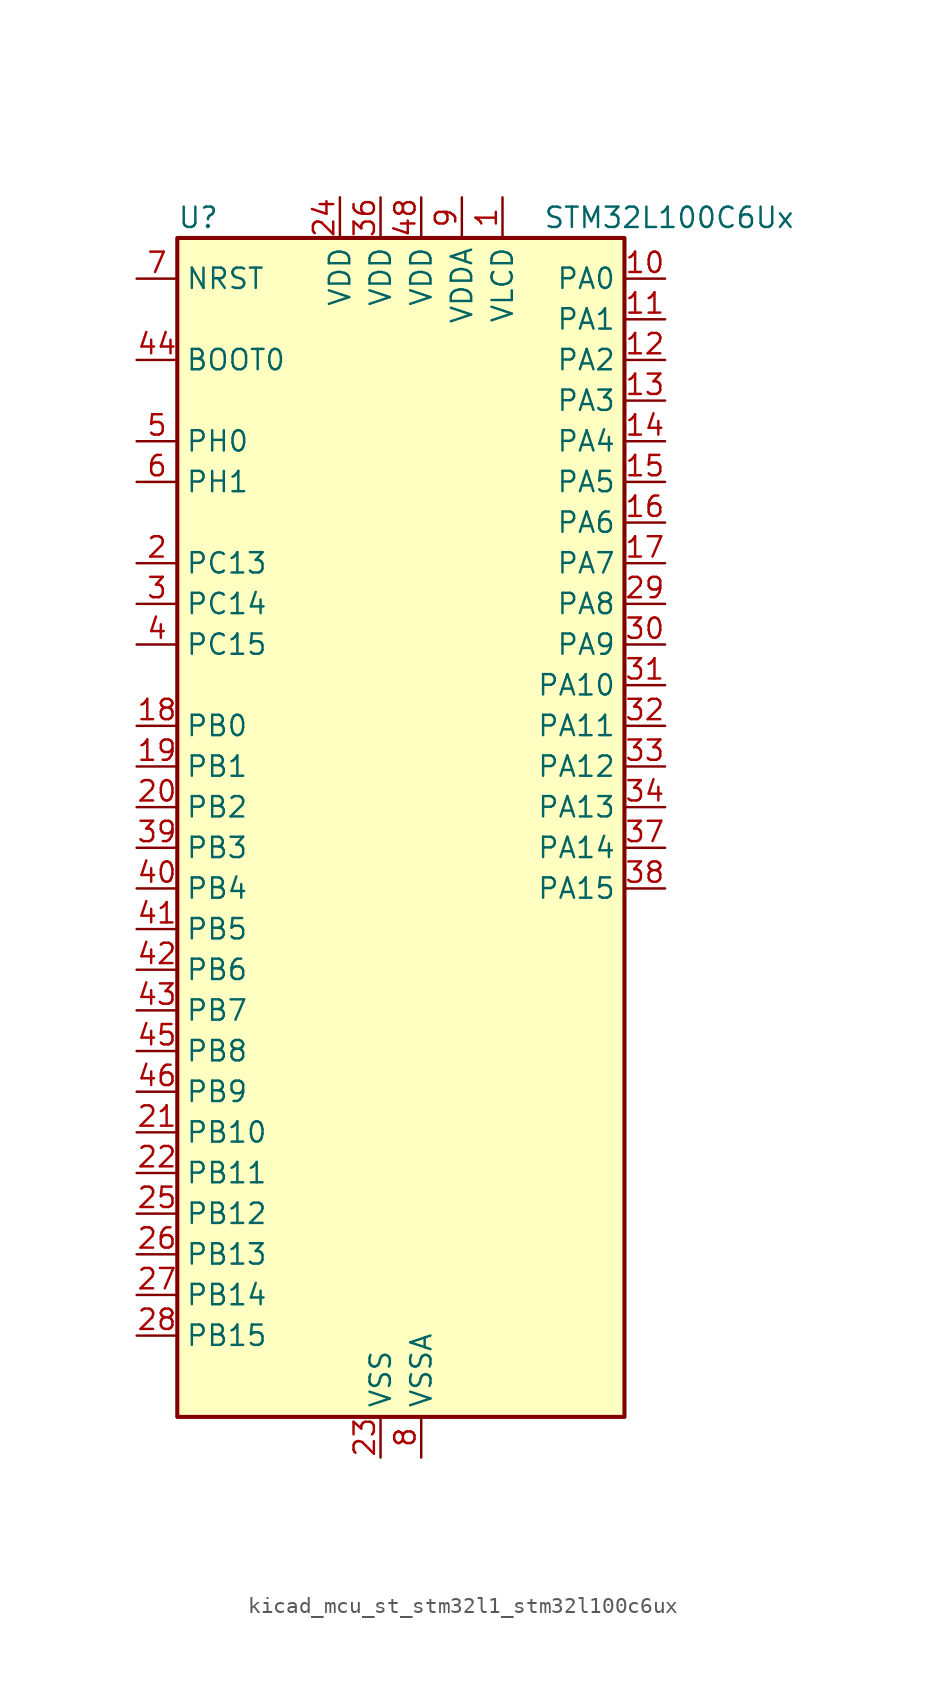
<source format=kicad_sym>
(kicad_symbol_lib
  (version 20220914)
  (generator kicad_symbol_editor)
  (symbol "kicad_mcu_st_stm32l1_stm32l100c6ux"
    (property "Reference" "U"
      (at -12.7 39.37 0)
      (effects (font (size 1.27 1.27)) (justify left)))
    (property "Value" "STM32L100C6Ux"
      (at 10.16 39.37 0)
      (effects (font (size 1.27 1.27)) (justify left)))
    (property "ki_locked" ""
      (at 0 0 0)
      (effects (font (size 1.27 1.27))))
    (symbol "kicad_mcu_st_stm32l1_stm32l100c6ux_0_1"
      (rectangle (start -12.7 -35.56) (end 15.24 38.1) (stroke (width 0.254) (type default)) (fill (type background))))
    (symbol "kicad_mcu_st_stm32l1_stm32l100c6ux_1_1"
      (pin power_in line (at 7.62 40.64 270) (length 2.54) (name "VLCD" (effects (font (size 1.27 1.27)))) (number "1" (effects (font (size 1.27 1.27)))))
      (pin bidirectional line (at 17.78 35.56 180) (length 2.54) (name "PA0" (effects (font (size 1.27 1.27)))) (number "10" (effects (font (size 1.27 1.27)))) (alternate "ADC_IN0" bidirectional line) (alternate "COMP1_INP" bidirectional line) (alternate "SYS_WKUP1" bidirectional line) (alternate "TIM2_CH1" bidirectional line) (alternate "TIM2_ETR" bidirectional line) (alternate "TIMX_IC1" bidirectional line) (alternate "USART2_CTS" bidirectional line))
      (pin bidirectional line (at 17.78 33.02 180) (length 2.54) (name "PA1" (effects (font (size 1.27 1.27)))) (number "11" (effects (font (size 1.27 1.27)))) (alternate "ADC_IN1" bidirectional line) (alternate "COMP1_INP" bidirectional line) (alternate "LCD_SEG0" bidirectional line) (alternate "TIM2_CH2" bidirectional line) (alternate "TIMX_IC2" bidirectional line) (alternate "USART2_RTS" bidirectional line))
      (pin bidirectional line (at 17.78 30.48 180) (length 2.54) (name "PA2" (effects (font (size 1.27 1.27)))) (number "12" (effects (font (size 1.27 1.27)))) (alternate "ADC_IN2" bidirectional line) (alternate "COMP1_INP" bidirectional line) (alternate "LCD_SEG1" bidirectional line) (alternate "TIM2_CH3" bidirectional line) (alternate "TIM9_CH1" bidirectional line) (alternate "TIMX_IC3" bidirectional line) (alternate "USART2_TX" bidirectional line))
      (pin bidirectional line (at 17.78 27.94 180) (length 2.54) (name "PA3" (effects (font (size 1.27 1.27)))) (number "13" (effects (font (size 1.27 1.27)))) (alternate "ADC_IN3" bidirectional line) (alternate "COMP1_INP" bidirectional line) (alternate "LCD_SEG2" bidirectional line) (alternate "TIM2_CH4" bidirectional line) (alternate "TIM9_CH2" bidirectional line) (alternate "TIMX_IC4" bidirectional line) (alternate "USART2_RX" bidirectional line))
      (pin bidirectional line (at 17.78 25.4 180) (length 2.54) (name "PA4" (effects (font (size 1.27 1.27)))) (number "14" (effects (font (size 1.27 1.27)))) (alternate "ADC_IN4" bidirectional line) (alternate "COMP1_INP" bidirectional line) (alternate "DAC_OUT1" bidirectional line) (alternate "SPI1_NSS" bidirectional line) (alternate "TIMX_IC1" bidirectional line) (alternate "USART2_CK" bidirectional line))
      (pin bidirectional line (at 17.78 22.86 180) (length 2.54) (name "PA5" (effects (font (size 1.27 1.27)))) (number "15" (effects (font (size 1.27 1.27)))) (alternate "ADC_IN5" bidirectional line) (alternate "COMP1_INP" bidirectional line) (alternate "DAC_OUT2" bidirectional line) (alternate "SPI1_SCK" bidirectional line) (alternate "TIM2_CH1" bidirectional line) (alternate "TIM2_ETR" bidirectional line) (alternate "TIMX_IC2" bidirectional line))
      (pin bidirectional line (at 17.78 20.32 180) (length 2.54) (name "PA6" (effects (font (size 1.27 1.27)))) (number "16" (effects (font (size 1.27 1.27)))) (alternate "ADC_IN6" bidirectional line) (alternate "COMP1_INP" bidirectional line) (alternate "LCD_SEG3" bidirectional line) (alternate "SPI1_MISO" bidirectional line) (alternate "TIM10_CH1" bidirectional line) (alternate "TIM3_CH1" bidirectional line) (alternate "TIMX_IC3" bidirectional line))
      (pin bidirectional line (at 17.78 17.78 180) (length 2.54) (name "PA7" (effects (font (size 1.27 1.27)))) (number "17" (effects (font (size 1.27 1.27)))) (alternate "ADC_IN7" bidirectional line) (alternate "COMP1_INP" bidirectional line) (alternate "LCD_SEG4" bidirectional line) (alternate "SPI1_MOSI" bidirectional line) (alternate "TIM11_CH1" bidirectional line) (alternate "TIM3_CH2" bidirectional line) (alternate "TIMX_IC4" bidirectional line))
      (pin bidirectional line (at -15.24 7.62 0) (length 2.54) (name "PB0" (effects (font (size 1.27 1.27)))) (number "18" (effects (font (size 1.27 1.27)))) (alternate "ADC_IN8" bidirectional line) (alternate "COMP1_INP" bidirectional line) (alternate "LCD_SEG5" bidirectional line) (alternate "SYS_V_REF_OUT" bidirectional line) (alternate "TIM3_CH3" bidirectional line))
      (pin bidirectional line (at -15.24 5.08 0) (length 2.54) (name "PB1" (effects (font (size 1.27 1.27)))) (number "19" (effects (font (size 1.27 1.27)))) (alternate "ADC_IN9" bidirectional line) (alternate "COMP1_INP" bidirectional line) (alternate "LCD_SEG6" bidirectional line) (alternate "SYS_V_REF_OUT" bidirectional line) (alternate "TIM3_CH4" bidirectional line))
      (pin bidirectional line (at -15.24 17.78 0) (length 2.54) (name "PC13" (effects (font (size 1.27 1.27)))) (number "2" (effects (font (size 1.27 1.27)))) (alternate "RTC_OUT_ALARM" bidirectional line) (alternate "RTC_OUT_CALIB" bidirectional line) (alternate "RTC_TAMP1" bidirectional line) (alternate "RTC_TS" bidirectional line) (alternate "SYS_WKUP2" bidirectional line) (alternate "TIMX_IC2" bidirectional line))
      (pin bidirectional line (at -15.24 2.54 0) (length 2.54) (name "PB2" (effects (font (size 1.27 1.27)))) (number "20" (effects (font (size 1.27 1.27)))))
      (pin bidirectional line (at -15.24 -17.78 0) (length 2.54) (name "PB10" (effects (font (size 1.27 1.27)))) (number "21" (effects (font (size 1.27 1.27)))) (alternate "I2C2_SCL" bidirectional line) (alternate "LCD_SEG10" bidirectional line) (alternate "TIM2_CH3" bidirectional line) (alternate "USART3_TX" bidirectional line))
      (pin bidirectional line (at -15.24 -20.32 0) (length 2.54) (name "PB11" (effects (font (size 1.27 1.27)))) (number "22" (effects (font (size 1.27 1.27)))) (alternate "ADC_EXTI11" bidirectional line) (alternate "I2C2_SDA" bidirectional line) (alternate "LCD_SEG11" bidirectional line) (alternate "TIM2_CH4" bidirectional line) (alternate "USART3_RX" bidirectional line))
      (pin power_in line (at 0 -38.1 90) (length 2.54) (name "VSS" (effects (font (size 1.27 1.27)))) (number "23" (effects (font (size 1.27 1.27)))))
      (pin power_in line (at -2.54 40.64 270) (length 2.54) (name "VDD" (effects (font (size 1.27 1.27)))) (number "24" (effects (font (size 1.27 1.27)))))
      (pin bidirectional line (at -15.24 -22.86 0) (length 2.54) (name "PB12" (effects (font (size 1.27 1.27)))) (number "25" (effects (font (size 1.27 1.27)))) (alternate "ADC_IN18" bidirectional line) (alternate "COMP1_INP" bidirectional line) (alternate "I2C2_SMBA" bidirectional line) (alternate "LCD_SEG12" bidirectional line) (alternate "SPI2_NSS" bidirectional line) (alternate "TIM10_CH1" bidirectional line) (alternate "USART3_CK" bidirectional line))
      (pin bidirectional line (at -15.24 -25.4 0) (length 2.54) (name "PB13" (effects (font (size 1.27 1.27)))) (number "26" (effects (font (size 1.27 1.27)))) (alternate "ADC_IN19" bidirectional line) (alternate "COMP1_INP" bidirectional line) (alternate "LCD_SEG13" bidirectional line) (alternate "SPI2_SCK" bidirectional line) (alternate "TIM9_CH1" bidirectional line) (alternate "USART3_CTS" bidirectional line))
      (pin bidirectional line (at -15.24 -27.94 0) (length 2.54) (name "PB14" (effects (font (size 1.27 1.27)))) (number "27" (effects (font (size 1.27 1.27)))) (alternate "ADC_IN20" bidirectional line) (alternate "COMP1_INP" bidirectional line) (alternate "LCD_SEG14" bidirectional line) (alternate "SPI2_MISO" bidirectional line) (alternate "TIM9_CH2" bidirectional line) (alternate "USART3_RTS" bidirectional line))
      (pin bidirectional line (at -15.24 -30.48 0) (length 2.54) (name "PB15" (effects (font (size 1.27 1.27)))) (number "28" (effects (font (size 1.27 1.27)))) (alternate "ADC_EXTI15" bidirectional line) (alternate "ADC_IN21" bidirectional line) (alternate "COMP1_INP" bidirectional line) (alternate "LCD_SEG15" bidirectional line) (alternate "RTC_REFIN" bidirectional line) (alternate "SPI2_MOSI" bidirectional line) (alternate "TIM11_CH1" bidirectional line))
      (pin bidirectional line (at 17.78 15.24 180) (length 2.54) (name "PA8" (effects (font (size 1.27 1.27)))) (number "29" (effects (font (size 1.27 1.27)))) (alternate "LCD_COM0" bidirectional line) (alternate "RCC_MCO" bidirectional line) (alternate "TIMX_IC1" bidirectional line) (alternate "USART1_CK" bidirectional line))
      (pin bidirectional line (at -15.24 15.24 0) (length 2.54) (name "PC14" (effects (font (size 1.27 1.27)))) (number "3" (effects (font (size 1.27 1.27)))) (alternate "RCC_OSC32_IN" bidirectional line) (alternate "TIMX_IC3" bidirectional line))
      (pin bidirectional line (at 17.78 12.7 180) (length 2.54) (name "PA9" (effects (font (size 1.27 1.27)))) (number "30" (effects (font (size 1.27 1.27)))) (alternate "DAC_EXTI9" bidirectional line) (alternate "LCD_COM1" bidirectional line) (alternate "TIMX_IC2" bidirectional line) (alternate "USART1_TX" bidirectional line))
      (pin bidirectional line (at 17.78 10.16 180) (length 2.54) (name "PA10" (effects (font (size 1.27 1.27)))) (number "31" (effects (font (size 1.27 1.27)))) (alternate "LCD_COM2" bidirectional line) (alternate "TIMX_IC3" bidirectional line) (alternate "USART1_RX" bidirectional line))
      (pin bidirectional line (at 17.78 7.62 180) (length 2.54) (name "PA11" (effects (font (size 1.27 1.27)))) (number "32" (effects (font (size 1.27 1.27)))) (alternate "ADC_EXTI11" bidirectional line) (alternate "SPI1_MISO" bidirectional line) (alternate "TIMX_IC4" bidirectional line) (alternate "USART1_CTS" bidirectional line) (alternate "USB_DM" bidirectional line))
      (pin bidirectional line (at 17.78 5.08 180) (length 2.54) (name "PA12" (effects (font (size 1.27 1.27)))) (number "33" (effects (font (size 1.27 1.27)))) (alternate "SPI1_MOSI" bidirectional line) (alternate "TIMX_IC1" bidirectional line) (alternate "USART1_RTS" bidirectional line) (alternate "USB_DP" bidirectional line))
      (pin bidirectional line (at 17.78 2.54 180) (length 2.54) (name "PA13" (effects (font (size 1.27 1.27)))) (number "34" (effects (font (size 1.27 1.27)))) (alternate "SYS_JTMS-SWDIO" bidirectional line) (alternate "TIMX_IC2" bidirectional line))
      (pin passive line (at 0 -38.1 90) (length 2.54) hide (name "VSS" (effects (font (size 1.27 1.27)))) (number "35" (effects (font (size 1.27 1.27)))))
      (pin power_in line (at 0 40.64 270) (length 2.54) (name "VDD" (effects (font (size 1.27 1.27)))) (number "36" (effects (font (size 1.27 1.27)))))
      (pin bidirectional line (at 17.78 0 180) (length 2.54) (name "PA14" (effects (font (size 1.27 1.27)))) (number "37" (effects (font (size 1.27 1.27)))) (alternate "SYS_JTCK-SWCLK" bidirectional line) (alternate "TIMX_IC3" bidirectional line))
      (pin bidirectional line (at 17.78 -2.54 180) (length 2.54) (name "PA15" (effects (font (size 1.27 1.27)))) (number "38" (effects (font (size 1.27 1.27)))) (alternate "ADC_EXTI15" bidirectional line) (alternate "LCD_SEG17" bidirectional line) (alternate "SPI1_NSS" bidirectional line) (alternate "SYS_JTDI" bidirectional line) (alternate "TIM2_CH1" bidirectional line) (alternate "TIM2_ETR" bidirectional line) (alternate "TIMX_IC4" bidirectional line))
      (pin bidirectional line (at -15.24 0 0) (length 2.54) (name "PB3" (effects (font (size 1.27 1.27)))) (number "39" (effects (font (size 1.27 1.27)))) (alternate "COMP2_INM" bidirectional line) (alternate "LCD_SEG7" bidirectional line) (alternate "SPI1_SCK" bidirectional line) (alternate "SYS_JTDO-TRACESWO" bidirectional line) (alternate "TIM2_CH2" bidirectional line))
      (pin bidirectional line (at -15.24 12.7 0) (length 2.54) (name "PC15" (effects (font (size 1.27 1.27)))) (number "4" (effects (font (size 1.27 1.27)))) (alternate "ADC_EXTI15" bidirectional line) (alternate "RCC_OSC32_OUT" bidirectional line) (alternate "TIMX_IC4" bidirectional line))
      (pin bidirectional line (at -15.24 -2.54 0) (length 2.54) (name "PB4" (effects (font (size 1.27 1.27)))) (number "40" (effects (font (size 1.27 1.27)))) (alternate "COMP2_INP" bidirectional line) (alternate "LCD_SEG8" bidirectional line) (alternate "SPI1_MISO" bidirectional line) (alternate "SYS_JTRST" bidirectional line) (alternate "TIM3_CH1" bidirectional line))
      (pin bidirectional line (at -15.24 -5.08 0) (length 2.54) (name "PB5" (effects (font (size 1.27 1.27)))) (number "41" (effects (font (size 1.27 1.27)))) (alternate "COMP2_INP" bidirectional line) (alternate "I2C1_SMBA" bidirectional line) (alternate "LCD_SEG9" bidirectional line) (alternate "SPI1_MOSI" bidirectional line) (alternate "TIM3_CH2" bidirectional line))
      (pin bidirectional line (at -15.24 -7.62 0) (length 2.54) (name "PB6" (effects (font (size 1.27 1.27)))) (number "42" (effects (font (size 1.27 1.27)))) (alternate "I2C1_SCL" bidirectional line) (alternate "TIM4_CH1" bidirectional line) (alternate "USART1_TX" bidirectional line))
      (pin bidirectional line (at -15.24 -10.16 0) (length 2.54) (name "PB7" (effects (font (size 1.27 1.27)))) (number "43" (effects (font (size 1.27 1.27)))) (alternate "I2C1_SDA" bidirectional line) (alternate "SYS_PVD_IN" bidirectional line) (alternate "TIM4_CH2" bidirectional line) (alternate "USART1_RX" bidirectional line))
      (pin input line (at -15.24 30.48 0) (length 2.54) (name "BOOT0" (effects (font (size 1.27 1.27)))) (number "44" (effects (font (size 1.27 1.27)))))
      (pin bidirectional line (at -15.24 -12.7 0) (length 2.54) (name "PB8" (effects (font (size 1.27 1.27)))) (number "45" (effects (font (size 1.27 1.27)))) (alternate "I2C1_SCL" bidirectional line) (alternate "LCD_SEG16" bidirectional line) (alternate "TIM10_CH1" bidirectional line) (alternate "TIM4_CH3" bidirectional line))
      (pin bidirectional line (at -15.24 -15.24 0) (length 2.54) (name "PB9" (effects (font (size 1.27 1.27)))) (number "46" (effects (font (size 1.27 1.27)))) (alternate "DAC_EXTI9" bidirectional line) (alternate "I2C1_SDA" bidirectional line) (alternate "LCD_COM3" bidirectional line) (alternate "TIM11_CH1" bidirectional line) (alternate "TIM4_CH4" bidirectional line))
      (pin passive line (at 0 -38.1 90) (length 2.54) hide (name "VSS" (effects (font (size 1.27 1.27)))) (number "47" (effects (font (size 1.27 1.27)))))
      (pin power_in line (at 2.54 40.64 270) (length 2.54) (name "VDD" (effects (font (size 1.27 1.27)))) (number "48" (effects (font (size 1.27 1.27)))))
      (pin passive line (at 0 -38.1 90) (length 2.54) hide (name "VSS" (effects (font (size 1.27 1.27)))) (number "49" (effects (font (size 1.27 1.27)))))
      (pin bidirectional line (at -15.24 25.4 0) (length 2.54) (name "PH0" (effects (font (size 1.27 1.27)))) (number "5" (effects (font (size 1.27 1.27)))) (alternate "RCC_OSC_IN" bidirectional line))
      (pin bidirectional line (at -15.24 22.86 0) (length 2.54) (name "PH1" (effects (font (size 1.27 1.27)))) (number "6" (effects (font (size 1.27 1.27)))) (alternate "RCC_OSC_OUT" bidirectional line))
      (pin input line (at -15.24 35.56 0) (length 2.54) (name "NRST" (effects (font (size 1.27 1.27)))) (number "7" (effects (font (size 1.27 1.27)))))
      (pin power_in line (at 2.54 -38.1 90) (length 2.54) (name "VSSA" (effects (font (size 1.27 1.27)))) (number "8" (effects (font (size 1.27 1.27)))))
      (pin power_in line (at 5.08 40.64 270) (length 2.54) (name "VDDA" (effects (font (size 1.27 1.27)))) (number "9" (effects (font (size 1.27 1.27))))))))
</source>
